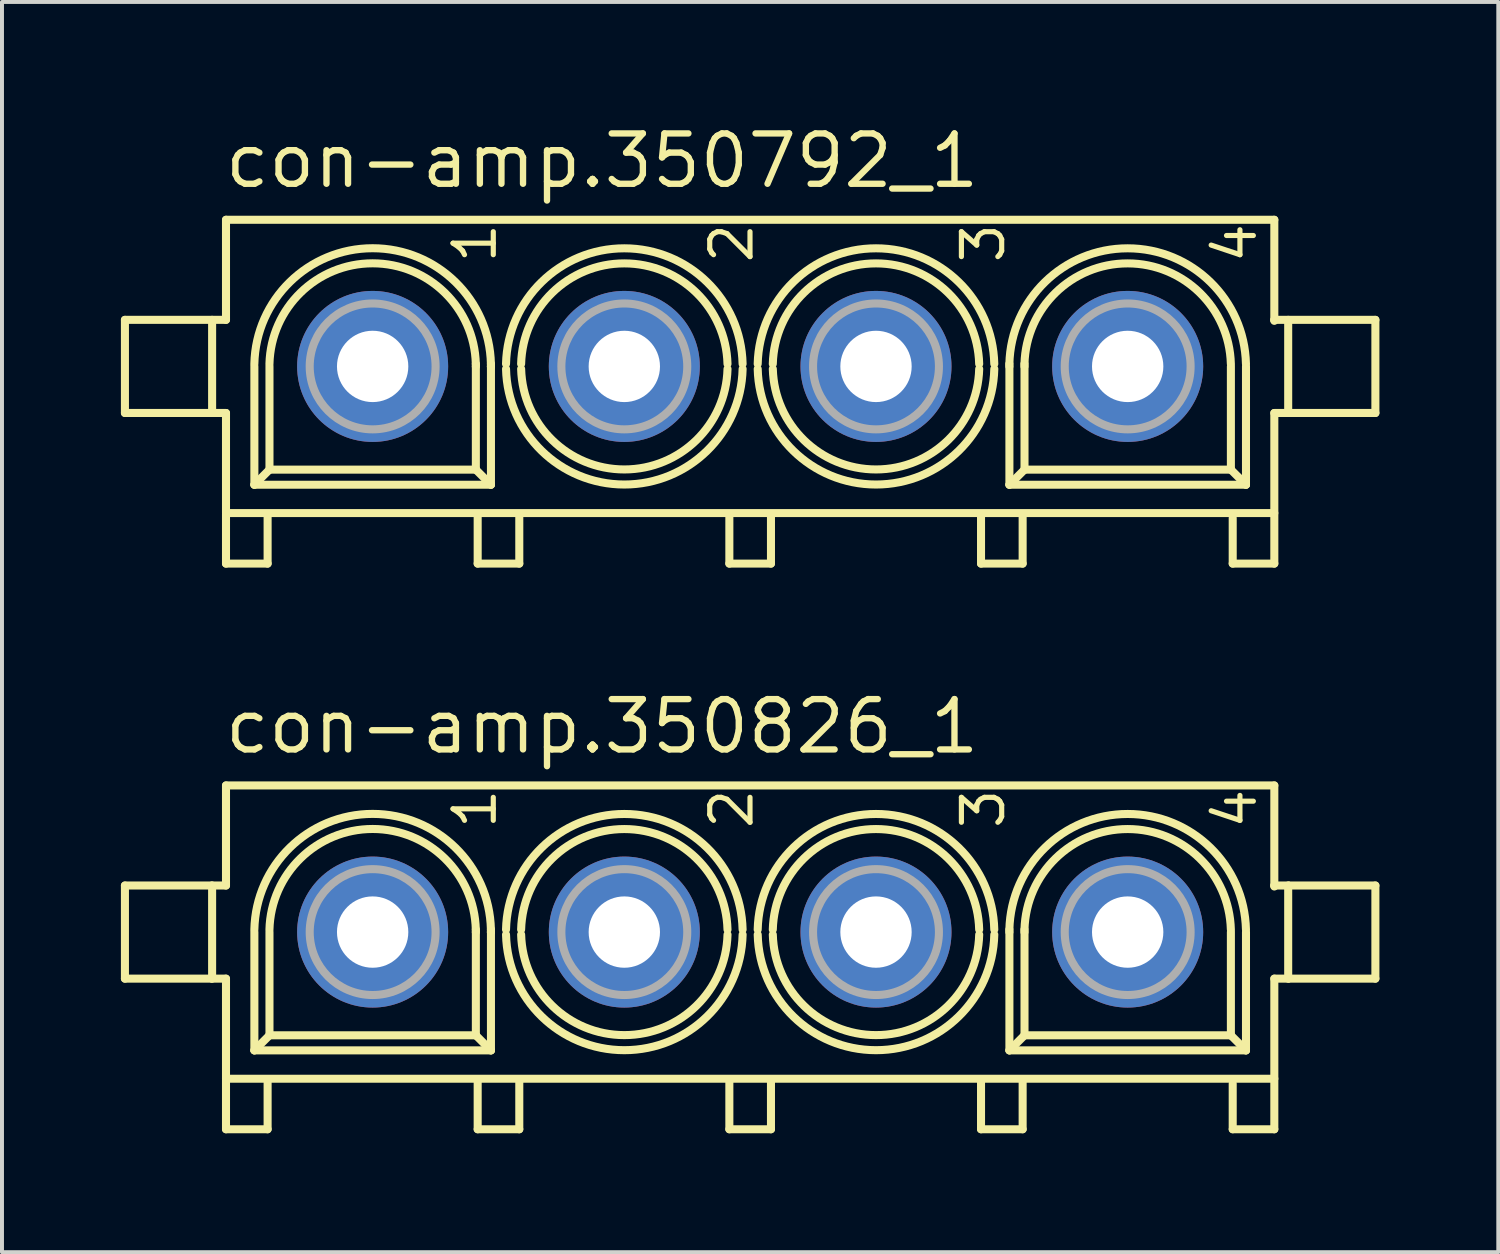
<source format=kicad_pcb>
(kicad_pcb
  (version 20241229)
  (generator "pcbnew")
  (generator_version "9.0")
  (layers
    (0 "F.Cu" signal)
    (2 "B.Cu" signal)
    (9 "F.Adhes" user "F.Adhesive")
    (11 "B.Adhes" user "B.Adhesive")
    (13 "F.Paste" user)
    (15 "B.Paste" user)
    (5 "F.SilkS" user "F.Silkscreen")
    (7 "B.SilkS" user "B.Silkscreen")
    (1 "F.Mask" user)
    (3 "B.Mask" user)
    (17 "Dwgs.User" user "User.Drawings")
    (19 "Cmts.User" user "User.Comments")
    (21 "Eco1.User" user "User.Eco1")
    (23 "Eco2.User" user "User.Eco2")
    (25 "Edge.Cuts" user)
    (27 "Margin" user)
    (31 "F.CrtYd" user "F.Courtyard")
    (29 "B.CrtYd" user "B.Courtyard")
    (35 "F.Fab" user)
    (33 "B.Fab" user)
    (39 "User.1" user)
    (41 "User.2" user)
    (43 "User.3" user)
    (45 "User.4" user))
  (footprint "con-amp.350792_1"
    (layer "F.Cu")
    (at 15.877 6.195)
    (property "Reference" "con-amp.350792_1" (at -13.335 -4.445 0) (layer "F.SilkS") (effects (font (size 1.27 1.27) (thickness 0.16)) (justify left bottom)))
    (attr through_hole)
    (fp_line (start -15.775 -1.175) (end -15.775 1.175) (stroke (width 0.203) (type default)) (layer "F.SilkS"))
    (fp_line (start -15.775 1.175) (end -13.6 1.175) (stroke (width 0.203) (type default)) (layer "F.SilkS"))
    (fp_line (start -13.6 -1.175) (end -15.775 -1.175) (stroke (width 0.203) (type default)) (layer "F.SilkS"))
    (fp_line (start -13.575 -1.175) (end -13.225 -1.175) (stroke (width 0.203) (type default)) (layer "F.SilkS"))
    (fp_line (start -13.575 1.175) (end -13.575 -1.175) (stroke (width 0.203) (type default)) (layer "F.SilkS"))
    (fp_line (start -13.225 -3.7) (end 13.225 -3.7) (stroke (width 0.203) (type default)) (layer "F.SilkS"))
    (fp_line (start -13.225 -1.175) (end -13.225 -3.7) (stroke (width 0.203) (type default)) (layer "F.SilkS"))
    (fp_line (start -13.225 1.175) (end -13.575 1.175) (stroke (width 0.203) (type default)) (layer "F.SilkS"))
    (fp_line (start -13.225 3.7) (end -13.225 1.175) (stroke (width 0.203) (type default)) (layer "F.SilkS"))
    (fp_line (start -13.225 3.725) (end -13.225 4.975) (stroke (width 0.203) (type default)) (layer "F.SilkS"))
    (fp_line (start -13.225 4.975) (end -12.175 4.975) (stroke (width 0.203) (type default)) (layer "F.SilkS"))
    (fp_line (start -12.509 2.985) (end -12.509 0) (stroke (width 0.203) (type default)) (layer "F.SilkS"))
    (fp_line (start -12.175 4.975) (end -12.175 3.8) (stroke (width 0.203) (type default)) (layer "F.SilkS"))
    (fp_line (start -12.128 2.604) (end -12.509 2.985) (stroke (width 0.203) (type default)) (layer "F.SilkS"))
    (fp_line (start -12.128 2.604) (end -12.128 0) (stroke (width 0.203) (type default)) (layer "F.SilkS"))
    (fp_line (start -6.922 -0.064) (end -6.922 0) (stroke (width 0.203) (type default)) (layer "F.SilkS"))
    (fp_line (start -6.921 0) (end -6.921 2.604) (stroke (width 0.203) (type default)) (layer "F.SilkS"))
    (fp_line (start -6.921 2.604) (end -12.128 2.604) (stroke (width 0.203) (type default)) (layer "F.SilkS"))
    (fp_line (start -6.921 2.604) (end -6.54 2.985) (stroke (width 0.203) (type default)) (layer "F.SilkS"))
    (fp_line (start -6.875 4.975) (end -6.875 3.775) (stroke (width 0.203) (type default)) (layer "F.SilkS"))
    (fp_line (start -6.541 -0.064) (end -6.541 0) (stroke (width 0.203) (type default)) (layer "F.SilkS"))
    (fp_line (start -6.54 0) (end -6.541 0) (stroke (width 0.203) (type default)) (layer "F.SilkS"))
    (fp_line (start -6.54 0) (end -6.54 2.985) (stroke (width 0.203) (type default)) (layer "F.SilkS"))
    (fp_line (start -6.54 2.985) (end -12.509 2.985) (stroke (width 0.203) (type default)) (layer "F.SilkS"))
    (fp_line (start -5.825 3.775) (end -5.825 4.975) (stroke (width 0.203) (type default)) (layer "F.SilkS"))
    (fp_line (start -5.825 4.975) (end -6.875 4.975) (stroke (width 0.203) (type default)) (layer "F.SilkS"))
    (fp_line (start -0.525 4.975) (end -0.525 3.775) (stroke (width 0.203) (type default)) (layer "F.SilkS"))
    (fp_line (start 0.525 3.775) (end 0.525 4.975) (stroke (width 0.203) (type default)) (layer "F.SilkS"))
    (fp_line (start 0.525 4.975) (end -0.525 4.975) (stroke (width 0.203) (type default)) (layer "F.SilkS"))
    (fp_line (start 5.825 4.975) (end 5.825 3.775) (stroke (width 0.203) (type default)) (layer "F.SilkS"))
    (fp_line (start 6.54 0) (end 6.54 -0.064) (stroke (width 0.203) (type default)) (layer "F.SilkS"))
    (fp_line (start 6.541 2.985) (end 6.541 0) (stroke (width 0.203) (type default)) (layer "F.SilkS"))
    (fp_line (start 6.875 3.775) (end 6.875 4.975) (stroke (width 0.203) (type default)) (layer "F.SilkS"))
    (fp_line (start 6.875 4.975) (end 5.825 4.975) (stroke (width 0.203) (type default)) (layer "F.SilkS"))
    (fp_line (start 6.921 0) (end 6.921 -0.064) (stroke (width 0.203) (type default)) (layer "F.SilkS"))
    (fp_line (start 6.922 2.604) (end 6.541 2.985) (stroke (width 0.203) (type default)) (layer "F.SilkS"))
    (fp_line (start 6.922 2.604) (end 6.922 0) (stroke (width 0.203) (type default)) (layer "F.SilkS"))
    (fp_line (start 12.129 0) (end 12.129 2.604) (stroke (width 0.203) (type default)) (layer "F.SilkS"))
    (fp_line (start 12.129 2.604) (end 6.922 2.604) (stroke (width 0.203) (type default)) (layer "F.SilkS"))
    (fp_line (start 12.129 2.604) (end 12.51 2.985) (stroke (width 0.203) (type default)) (layer "F.SilkS"))
    (fp_line (start 12.175 4.975) (end 12.175 3.825) (stroke (width 0.203) (type default)) (layer "F.SilkS"))
    (fp_line (start 12.51 0) (end 12.51 2.985) (stroke (width 0.203) (type default)) (layer "F.SilkS"))
    (fp_line (start 12.51 2.985) (end 6.541 2.985) (stroke (width 0.203) (type default)) (layer "F.SilkS"))
    (fp_line (start 13.225 -3.7) (end 13.225 -1.175) (stroke (width 0.203) (type default)) (layer "F.SilkS"))
    (fp_line (start 13.225 -1.175) (end 13.225 -1.15) (stroke (width 0.203) (type default)) (layer "F.SilkS"))
    (fp_line (start 13.225 -1.175) (end 13.575 -1.175) (stroke (width 0.203) (type default)) (layer "F.SilkS"))
    (fp_line (start 13.225 1.175) (end 13.225 3.7) (stroke (width 0.203) (type default)) (layer "F.SilkS"))
    (fp_line (start 13.225 3.7) (end -13.225 3.7) (stroke (width 0.203) (type default)) (layer "F.SilkS"))
    (fp_line (start 13.225 3.75) (end 13.225 4.975) (stroke (width 0.203) (type default)) (layer "F.SilkS"))
    (fp_line (start 13.225 4.975) (end 12.175 4.975) (stroke (width 0.203) (type default)) (layer "F.SilkS"))
    (fp_line (start 13.575 -1.175) (end 13.575 1.175) (stroke (width 0.203) (type default)) (layer "F.SilkS"))
    (fp_line (start 13.575 1.175) (end 13.225 1.175) (stroke (width 0.203) (type default)) (layer "F.SilkS"))
    (fp_line (start 13.6 -1.175) (end 15.775 -1.175) (stroke (width 0.203) (type default)) (layer "F.SilkS"))
    (fp_line (start 15.775 -1.175) (end 15.775 1.175) (stroke (width 0.203) (type default)) (layer "F.SilkS"))
    (fp_line (start 15.775 1.175) (end 13.6 1.175) (stroke (width 0.203) (type default)) (layer "F.SilkS"))
    (fp_arc (start -12.5096 -0.0636) (mid -9.52515 -2.979945) (end -6.5407 -0.0636) (stroke (width 0.2032) (type default)) (layer "F.SilkS"))
    (fp_arc (start -12.1286 -0.0636) (mid -9.52515 -2.601886) (end -6.9217 -0.0636) (stroke (width 0.2032) (type default)) (layer "F.SilkS"))
    (fp_arc (start -6.1597 -0.0636) (mid -3.1752 -2.980093) (end -0.1907 -0.0636) (stroke (width 0.2032) (type default)) (layer "F.SilkS"))
    (fp_arc (start -5.7787 -0.0636) (mid -3.1752 -2.600085) (end -0.5717 -0.0636) (stroke (width 0.2032) (type default)) (layer "F.SilkS"))
    (fp_arc (start -0.5713 0.0636) (mid -3.1748 2.600085) (end -5.7783 0.0636) (stroke (width 0.2032) (type default)) (layer "F.SilkS"))
    (fp_arc (start -0.1903 0.0636) (mid -3.1748 2.980093) (end -6.1593 0.0636) (stroke (width 0.2032) (type default)) (layer "F.SilkS"))
    (fp_arc (start 0.1903 -0.0636) (mid 3.1748 -2.980093) (end 6.1593 -0.0636) (stroke (width 0.2032) (type default)) (layer "F.SilkS"))
    (fp_arc (start 0.5713 -0.0636) (mid 3.1748 -2.600085) (end 5.7783 -0.0636) (stroke (width 0.2032) (type default)) (layer "F.SilkS"))
    (fp_arc (start 5.7787 0.0636) (mid 3.1752 2.600085) (end 0.5717 0.0636) (stroke (width 0.2032) (type default)) (layer "F.SilkS"))
    (fp_arc (start 6.1597 0.0636) (mid 3.1752 2.980093) (end 0.1907 0.0636) (stroke (width 0.2032) (type default)) (layer "F.SilkS"))
    (fp_arc (start 6.5403 -0.0636) (mid 9.5248 -2.980093) (end 12.5093 -0.0636) (stroke (width 0.2032) (type default)) (layer "F.SilkS"))
    (fp_arc (start 6.9213 -0.0636) (mid 9.5248 -2.600085) (end 12.1283 -0.0636) (stroke (width 0.2032) (type default)) (layer "F.SilkS"))
    (fp_circle (center -9.525 0) (end -7.937 0) (stroke (width 0.203) (type default)) (fill no) (layer "F.Fab"))
    (fp_circle (center -3.175 0) (end -1.587 0) (stroke (width 0.203) (type default)) (fill no) (layer "F.Fab"))
    (fp_circle (center 3.175 0) (end 4.763 0) (stroke (width 0.203) (type default)) (fill no) (layer "F.Fab"))
    (fp_circle (center 9.525 0) (end 11.113 0) (stroke (width 0.203) (type default)) (fill no) (layer "F.Fab"))
    (fp_text user "4" (at 12.827 -2.54 90) (layer "F.SilkS") (effects (font (size 1.016 1.016) (thickness 0.13)) (justify left bottom)))
    (fp_text user "3" (at 6.477 -2.54 90) (layer "F.SilkS") (effects (font (size 1.016 1.016) (thickness 0.13)) (justify left bottom)))
    (fp_text user "1" (at -6.35 -2.54 90) (layer "F.SilkS") (effects (font (size 1.016 1.016) (thickness 0.13)) (justify left bottom)))
    (fp_text user "2" (at 0.127 -2.54 90) (layer "F.SilkS") (effects (font (size 1.016 1.016) (thickness 0.13)) (justify left bottom)))
    (pad "1" thru_hole circle (at -9.525 0) (size 3.81 3.81) (drill 1.8) (layers "*.Cu" "*.Mask"))
    (pad "2" thru_hole circle (at -3.175 0) (size 3.81 3.81) (drill 1.8) (layers "*.Cu" "*.Mask"))
    (pad "3" thru_hole circle (at 3.175 0) (size 3.81 3.81) (drill 1.8) (layers "*.Cu" "*.Mask"))
    (pad "4" thru_hole circle (at 9.525 0) (size 3.81 3.81) (drill 1.8) (layers "*.Cu" "*.Mask")))
  (footprint "con-amp.350826_1"
    (layer "F.Cu")
    (at 15.877 20.467)
    (property "Reference" "con-amp.350826_1" (at -13.335 -4.445 0) (layer "F.SilkS") (effects (font (size 1.27 1.27) (thickness 0.16)) (justify left bottom)))
    (attr through_hole)
    (fp_line (start -15.775 -1.175) (end -15.775 1.175) (stroke (width 0.203) (type default)) (layer "F.SilkS"))
    (fp_line (start -15.775 1.175) (end -13.6 1.175) (stroke (width 0.203) (type default)) (layer "F.SilkS"))
    (fp_line (start -13.6 -1.175) (end -15.775 -1.175) (stroke (width 0.203) (type default)) (layer "F.SilkS"))
    (fp_line (start -13.575 -1.175) (end -13.225 -1.175) (stroke (width 0.203) (type default)) (layer "F.SilkS"))
    (fp_line (start -13.575 1.175) (end -13.575 -1.175) (stroke (width 0.203) (type default)) (layer "F.SilkS"))
    (fp_line (start -13.225 -3.7) (end 13.225 -3.7) (stroke (width 0.203) (type default)) (layer "F.SilkS"))
    (fp_line (start -13.225 -1.175) (end -13.225 -3.7) (stroke (width 0.203) (type default)) (layer "F.SilkS"))
    (fp_line (start -13.225 1.175) (end -13.575 1.175) (stroke (width 0.203) (type default)) (layer "F.SilkS"))
    (fp_line (start -13.225 3.7) (end -13.225 1.175) (stroke (width 0.203) (type default)) (layer "F.SilkS"))
    (fp_line (start -13.225 3.725) (end -13.225 4.975) (stroke (width 0.203) (type default)) (layer "F.SilkS"))
    (fp_line (start -13.225 4.975) (end -12.175 4.975) (stroke (width 0.203) (type default)) (layer "F.SilkS"))
    (fp_line (start -12.509 2.985) (end -12.509 0) (stroke (width 0.203) (type default)) (layer "F.SilkS"))
    (fp_line (start -12.175 4.975) (end -12.175 3.8) (stroke (width 0.203) (type default)) (layer "F.SilkS"))
    (fp_line (start -12.128 2.604) (end -12.509 2.985) (stroke (width 0.203) (type default)) (layer "F.SilkS"))
    (fp_line (start -12.128 2.604) (end -12.128 0) (stroke (width 0.203) (type default)) (layer "F.SilkS"))
    (fp_line (start -6.922 -0.064) (end -6.922 0) (stroke (width 0.203) (type default)) (layer "F.SilkS"))
    (fp_line (start -6.921 0) (end -6.921 2.604) (stroke (width 0.203) (type default)) (layer "F.SilkS"))
    (fp_line (start -6.921 2.604) (end -12.128 2.604) (stroke (width 0.203) (type default)) (layer "F.SilkS"))
    (fp_line (start -6.921 2.604) (end -6.54 2.985) (stroke (width 0.203) (type default)) (layer "F.SilkS"))
    (fp_line (start -6.875 4.975) (end -6.875 3.775) (stroke (width 0.203) (type default)) (layer "F.SilkS"))
    (fp_line (start -6.541 -0.064) (end -6.541 0) (stroke (width 0.203) (type default)) (layer "F.SilkS"))
    (fp_line (start -6.54 0) (end -6.541 0) (stroke (width 0.203) (type default)) (layer "F.SilkS"))
    (fp_line (start -6.54 0) (end -6.54 2.985) (stroke (width 0.203) (type default)) (layer "F.SilkS"))
    (fp_line (start -6.54 2.985) (end -12.509 2.985) (stroke (width 0.203) (type default)) (layer "F.SilkS"))
    (fp_line (start -5.825 3.775) (end -5.825 4.975) (stroke (width 0.203) (type default)) (layer "F.SilkS"))
    (fp_line (start -5.825 4.975) (end -6.875 4.975) (stroke (width 0.203) (type default)) (layer "F.SilkS"))
    (fp_line (start -0.525 4.975) (end -0.525 3.775) (stroke (width 0.203) (type default)) (layer "F.SilkS"))
    (fp_line (start 0.525 3.775) (end 0.525 4.975) (stroke (width 0.203) (type default)) (layer "F.SilkS"))
    (fp_line (start 0.525 4.975) (end -0.525 4.975) (stroke (width 0.203) (type default)) (layer "F.SilkS"))
    (fp_line (start 5.825 4.975) (end 5.825 3.775) (stroke (width 0.203) (type default)) (layer "F.SilkS"))
    (fp_line (start 6.54 0) (end 6.54 -0.064) (stroke (width 0.203) (type default)) (layer "F.SilkS"))
    (fp_line (start 6.541 2.985) (end 6.541 0) (stroke (width 0.203) (type default)) (layer "F.SilkS"))
    (fp_line (start 6.875 3.775) (end 6.875 4.975) (stroke (width 0.203) (type default)) (layer "F.SilkS"))
    (fp_line (start 6.875 4.975) (end 5.825 4.975) (stroke (width 0.203) (type default)) (layer "F.SilkS"))
    (fp_line (start 6.921 0) (end 6.921 -0.064) (stroke (width 0.203) (type default)) (layer "F.SilkS"))
    (fp_line (start 6.922 2.604) (end 6.541 2.985) (stroke (width 0.203) (type default)) (layer "F.SilkS"))
    (fp_line (start 6.922 2.604) (end 6.922 0) (stroke (width 0.203) (type default)) (layer "F.SilkS"))
    (fp_line (start 12.129 0) (end 12.129 2.604) (stroke (width 0.203) (type default)) (layer "F.SilkS"))
    (fp_line (start 12.129 2.604) (end 6.922 2.604) (stroke (width 0.203) (type default)) (layer "F.SilkS"))
    (fp_line (start 12.129 2.604) (end 12.51 2.985) (stroke (width 0.203) (type default)) (layer "F.SilkS"))
    (fp_line (start 12.175 4.975) (end 12.175 3.825) (stroke (width 0.203) (type default)) (layer "F.SilkS"))
    (fp_line (start 12.51 0) (end 12.51 2.985) (stroke (width 0.203) (type default)) (layer "F.SilkS"))
    (fp_line (start 12.51 2.985) (end 6.541 2.985) (stroke (width 0.203) (type default)) (layer "F.SilkS"))
    (fp_line (start 13.225 -3.7) (end 13.225 -1.175) (stroke (width 0.203) (type default)) (layer "F.SilkS"))
    (fp_line (start 13.225 -1.175) (end 13.225 -1.15) (stroke (width 0.203) (type default)) (layer "F.SilkS"))
    (fp_line (start 13.225 -1.175) (end 13.575 -1.175) (stroke (width 0.203) (type default)) (layer "F.SilkS"))
    (fp_line (start 13.225 1.175) (end 13.225 3.7) (stroke (width 0.203) (type default)) (layer "F.SilkS"))
    (fp_line (start 13.225 3.7) (end -13.225 3.7) (stroke (width 0.203) (type default)) (layer "F.SilkS"))
    (fp_line (start 13.225 3.75) (end 13.225 4.975) (stroke (width 0.203) (type default)) (layer "F.SilkS"))
    (fp_line (start 13.225 4.975) (end 12.175 4.975) (stroke (width 0.203) (type default)) (layer "F.SilkS"))
    (fp_line (start 13.575 -1.175) (end 13.575 1.175) (stroke (width 0.203) (type default)) (layer "F.SilkS"))
    (fp_line (start 13.575 1.175) (end 13.225 1.175) (stroke (width 0.203) (type default)) (layer "F.SilkS"))
    (fp_line (start 13.6 -1.175) (end 15.775 -1.175) (stroke (width 0.203) (type default)) (layer "F.SilkS"))
    (fp_line (start 15.775 -1.175) (end 15.775 1.175) (stroke (width 0.203) (type default)) (layer "F.SilkS"))
    (fp_line (start 15.775 1.175) (end 13.6 1.175) (stroke (width 0.203) (type default)) (layer "F.SilkS"))
    (fp_arc (start -12.5096 -0.0636) (mid -9.52515 -2.979945) (end -6.5407 -0.0636) (stroke (width 0.2032) (type default)) (layer "F.SilkS"))
    (fp_arc (start -12.1286 -0.0636) (mid -9.52515 -2.601886) (end -6.9217 -0.0636) (stroke (width 0.2032) (type default)) (layer "F.SilkS"))
    (fp_arc (start -6.1597 -0.0636) (mid -3.1752 -2.980093) (end -0.1907 -0.0636) (stroke (width 0.2032) (type default)) (layer "F.SilkS"))
    (fp_arc (start -5.7787 -0.0636) (mid -3.1752 -2.600085) (end -0.5717 -0.0636) (stroke (width 0.2032) (type default)) (layer "F.SilkS"))
    (fp_arc (start -0.5713 0.0636) (mid -3.1748 2.600085) (end -5.7783 0.0636) (stroke (width 0.2032) (type default)) (layer "F.SilkS"))
    (fp_arc (start -0.1903 0.0636) (mid -3.1748 2.980093) (end -6.1593 0.0636) (stroke (width 0.2032) (type default)) (layer "F.SilkS"))
    (fp_arc (start 0.1903 -0.0636) (mid 3.1748 -2.980093) (end 6.1593 -0.0636) (stroke (width 0.2032) (type default)) (layer "F.SilkS"))
    (fp_arc (start 0.5713 -0.0636) (mid 3.1748 -2.600085) (end 5.7783 -0.0636) (stroke (width 0.2032) (type default)) (layer "F.SilkS"))
    (fp_arc (start 5.7787 0.0636) (mid 3.1752 2.600085) (end 0.5717 0.0636) (stroke (width 0.2032) (type default)) (layer "F.SilkS"))
    (fp_arc (start 6.1597 0.0636) (mid 3.1752 2.980093) (end 0.1907 0.0636) (stroke (width 0.2032) (type default)) (layer "F.SilkS"))
    (fp_arc (start 6.5403 -0.0636) (mid 9.5248 -2.980093) (end 12.5093 -0.0636) (stroke (width 0.2032) (type default)) (layer "F.SilkS"))
    (fp_arc (start 6.9213 -0.0636) (mid 9.5248 -2.600085) (end 12.1283 -0.0636) (stroke (width 0.2032) (type default)) (layer "F.SilkS"))
    (fp_circle (center -9.525 0) (end -7.937 0) (stroke (width 0.203) (type default)) (fill no) (layer "F.Fab"))
    (fp_circle (center -3.175 0) (end -1.587 0) (stroke (width 0.203) (type default)) (fill no) (layer "F.Fab"))
    (fp_circle (center 3.175 0) (end 4.763 0) (stroke (width 0.203) (type default)) (fill no) (layer "F.Fab"))
    (fp_circle (center 9.525 0) (end 11.113 0) (stroke (width 0.203) (type default)) (fill no) (layer "F.Fab"))
    (fp_text user "1" (at -6.35 -2.54 90) (layer "F.SilkS") (effects (font (size 1.016 1.016) (thickness 0.13)) (justify left bottom)))
    (fp_text user "3" (at 6.477 -2.54 90) (layer "F.SilkS") (effects (font (size 1.016 1.016) (thickness 0.13)) (justify left bottom)))
    (fp_text user "2" (at 0.127 -2.54 90) (layer "F.SilkS") (effects (font (size 1.016 1.016) (thickness 0.13)) (justify left bottom)))
    (fp_text user "4" (at 12.827 -2.54 90) (layer "F.SilkS") (effects (font (size 1.016 1.016) (thickness 0.13)) (justify left bottom)))
    (pad "1" thru_hole circle (at -9.525 0) (size 3.81 3.81) (drill 1.8) (layers "*.Cu" "*.Mask"))
    (pad "2" thru_hole circle (at -3.175 0) (size 3.81 3.81) (drill 1.8) (layers "*.Cu" "*.Mask"))
    (pad "3" thru_hole circle (at 3.175 0) (size 3.81 3.81) (drill 1.8) (layers "*.Cu" "*.Mask"))
    (pad "4" thru_hole circle (at 9.525 0) (size 3.81 3.81) (drill 1.8) (layers "*.Cu" "*.Mask")))
  (gr_rect
    (start -3 -3)
    (end 34.753 28.543)
    (stroke (width 0.1) (type default))
    (fill no)
    (layer "Edge.Cuts")))
</source>
